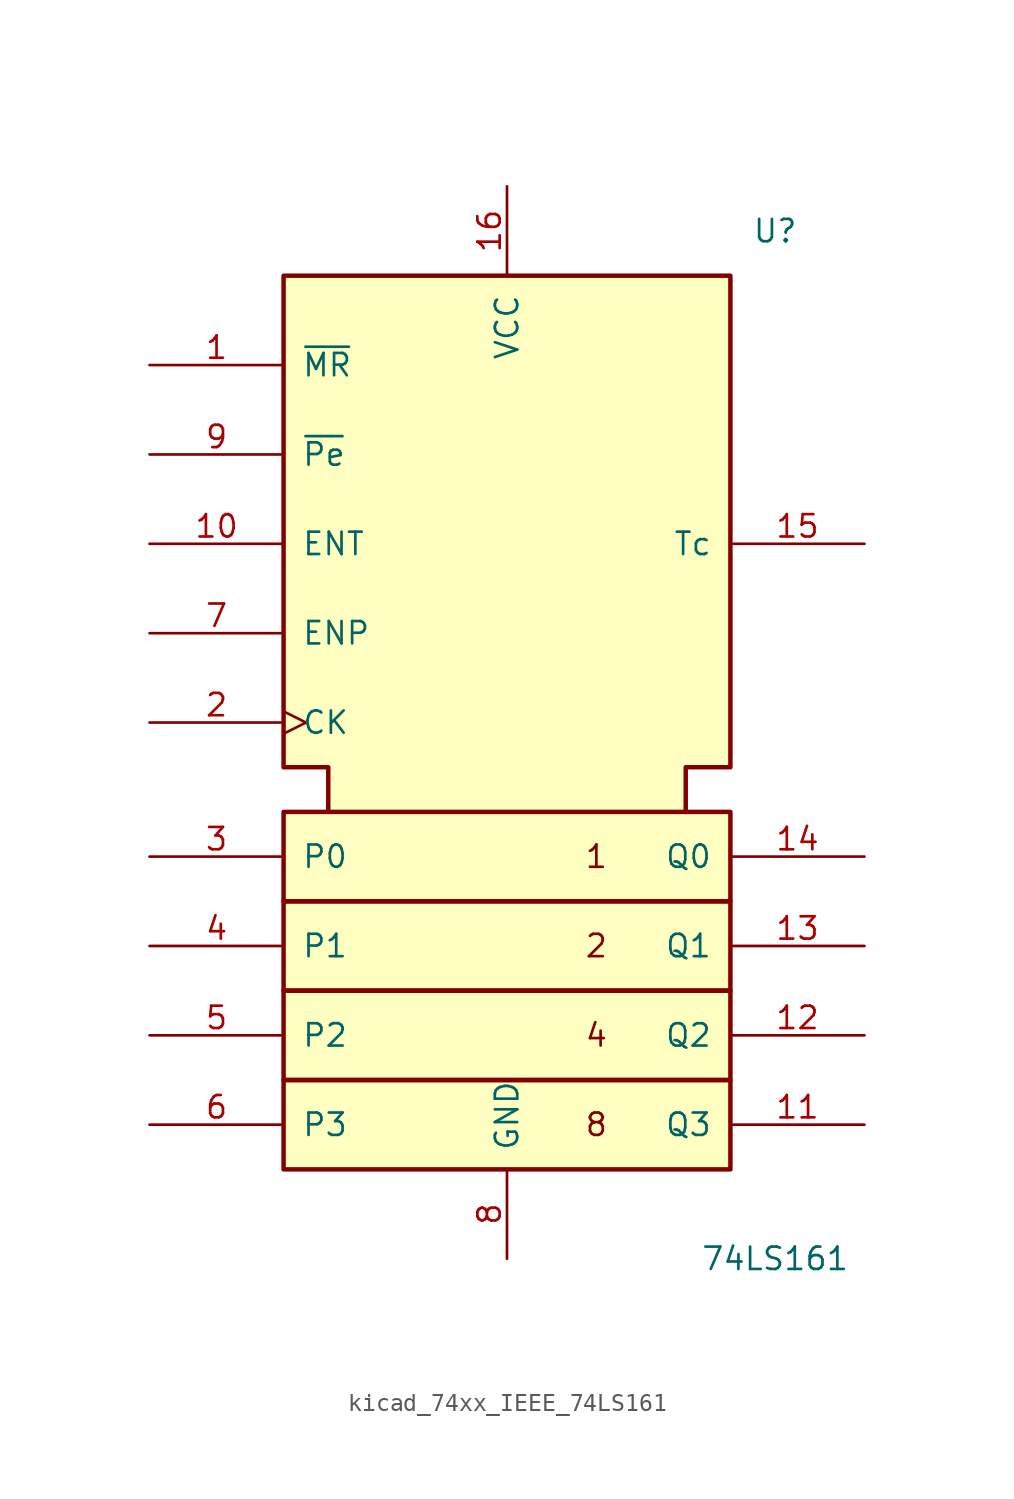
<source format=kicad_sym>
(kicad_symbol_lib
  (version 20220914)
  (generator kicad_symbol_editor)
  (symbol "kicad_74xx_IEEE_74LS161"
    (pin_names
      (offset 1.016))
    (property "Reference" "U"
      (at 15.24 30.48 0)
      (effects (font (size 1.27 1.27))))
    (property "Value" "74LS161"
      (at 15.24 -27.94 0)
      (effects (font (size 1.27 1.27))))
    (symbol "kicad_74xx_IEEE_74LS161_0_0"
      (rectangle (start -12.7 -17.78) (end 12.7 -22.86) (stroke (width 0.254) (type default)) (fill (type background)))
      (rectangle (start -12.7 -12.7) (end 12.7 -17.78) (stroke (width 0.254) (type default)) (fill (type background)))
      (rectangle (start -12.7 -7.62) (end 12.7 -12.7) (stroke (width 0.254) (type default)) (fill (type background)))
      (rectangle (start -12.7 -2.54) (end 12.7 -7.62) (stroke (width 0.254) (type default)) (fill (type background)))
      (polyline (pts (xy -10.16 -2.54) (xy -10.16 0) (xy -12.7 0) (xy -12.7 27.94) (xy 12.7 27.94) (xy 12.7 0) (xy 10.16 0) (xy 10.16 -2.54) (xy 10.16 -2.54)) (stroke (width 0.254) (type default)) (fill (type background)))
      (text "1" (at 5.08 -5.08 0) (effects (font (size 1.27 1.27))))
      (text "2" (at 5.08 -10.16 0) (effects (font (size 1.27 1.27))))
      (text "4" (at 5.08 -15.24 0) (effects (font (size 1.27 1.27))))
      (text "8" (at 5.08 -20.32 0) (effects (font (size 1.27 1.27))))
      (pin power_in line (at 0 33.02 270) (length 5.08) (name "VCC" (effects (font (size 1.27 1.27)))) (number "16" (effects (font (size 1.27 1.27)))))
      (pin power_in line (at 0 -27.94 90) (length 5.08) (name "GND" (effects (font (size 1.27 1.27)))) (number "8" (effects (font (size 1.27 1.27))))))
    (symbol "kicad_74xx_IEEE_74LS161_1_1"
      (pin input line (at -20.32 22.86 0) (length 7.62) (name "~{MR}" (effects (font (size 1.27 1.27)))) (number "1" (effects (font (size 1.27 1.27)))))
      (pin input line (at -20.32 12.7 0) (length 7.62) (name "ENT" (effects (font (size 1.27 1.27)))) (number "10" (effects (font (size 1.27 1.27)))))
      (pin output line (at 20.32 -20.32 180) (length 7.62) (name "Q3" (effects (font (size 1.27 1.27)))) (number "11" (effects (font (size 1.27 1.27)))))
      (pin output line (at 20.32 -15.24 180) (length 7.62) (name "Q2" (effects (font (size 1.27 1.27)))) (number "12" (effects (font (size 1.27 1.27)))))
      (pin output line (at 20.32 -10.16 180) (length 7.62) (name "Q1" (effects (font (size 1.27 1.27)))) (number "13" (effects (font (size 1.27 1.27)))))
      (pin output line (at 20.32 -5.08 180) (length 7.62) (name "Q0" (effects (font (size 1.27 1.27)))) (number "14" (effects (font (size 1.27 1.27)))))
      (pin output line (at 20.32 12.7 180) (length 7.62) (name "Tc" (effects (font (size 1.27 1.27)))) (number "15" (effects (font (size 1.27 1.27)))))
      (pin input clock (at -20.32 2.54 0) (length 7.62) (name "CK" (effects (font (size 1.27 1.27)))) (number "2" (effects (font (size 1.27 1.27)))))
      (pin input line (at -20.32 -5.08 0) (length 7.62) (name "P0" (effects (font (size 1.27 1.27)))) (number "3" (effects (font (size 1.27 1.27)))))
      (pin input line (at -20.32 -10.16 0) (length 7.62) (name "P1" (effects (font (size 1.27 1.27)))) (number "4" (effects (font (size 1.27 1.27)))))
      (pin input line (at -20.32 -15.24 0) (length 7.62) (name "P2" (effects (font (size 1.27 1.27)))) (number "5" (effects (font (size 1.27 1.27)))))
      (pin input line (at -20.32 -20.32 0) (length 7.62) (name "P3" (effects (font (size 1.27 1.27)))) (number "6" (effects (font (size 1.27 1.27)))))
      (pin input line (at -20.32 7.62 0) (length 7.62) (name "ENP" (effects (font (size 1.27 1.27)))) (number "7" (effects (font (size 1.27 1.27)))))
      (pin input line (at -20.32 17.78 0) (length 7.62) (name "~{Pe}" (effects (font (size 1.27 1.27)))) (number "9" (effects (font (size 1.27 1.27))))))))
</source>
